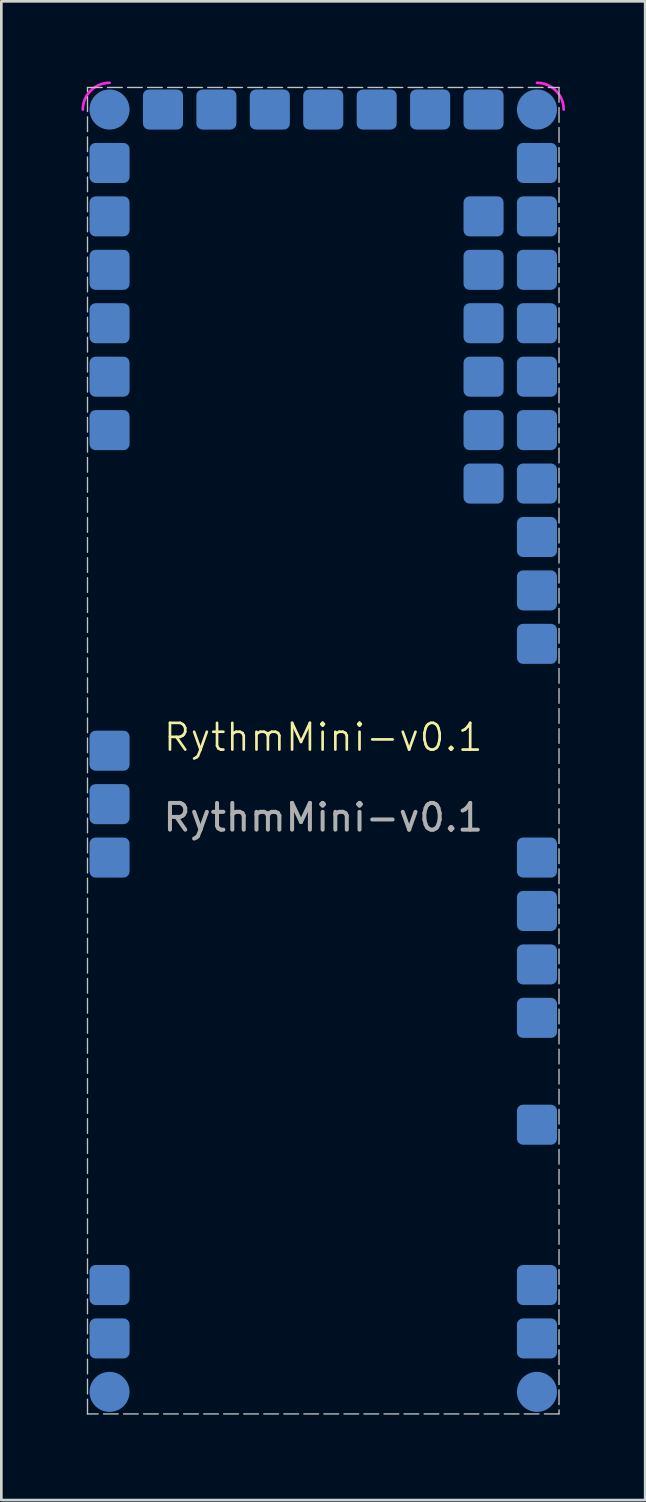
<source format=kicad_pcb>
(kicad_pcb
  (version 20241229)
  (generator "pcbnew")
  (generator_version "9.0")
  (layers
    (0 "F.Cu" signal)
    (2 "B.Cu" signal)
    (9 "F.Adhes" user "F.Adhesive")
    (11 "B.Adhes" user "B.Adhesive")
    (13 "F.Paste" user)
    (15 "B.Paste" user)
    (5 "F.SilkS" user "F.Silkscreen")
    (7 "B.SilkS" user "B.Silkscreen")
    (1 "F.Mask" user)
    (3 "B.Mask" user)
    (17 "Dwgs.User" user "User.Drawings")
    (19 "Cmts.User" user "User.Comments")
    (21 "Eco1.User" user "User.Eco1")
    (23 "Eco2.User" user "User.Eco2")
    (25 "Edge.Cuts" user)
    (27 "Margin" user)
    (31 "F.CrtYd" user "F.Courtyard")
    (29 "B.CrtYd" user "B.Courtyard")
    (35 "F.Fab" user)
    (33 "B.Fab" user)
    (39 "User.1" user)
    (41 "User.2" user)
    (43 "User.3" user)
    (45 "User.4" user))
  (footprint "RythmMini-v0.1"
    (layer "F.Cu")
    (at 9.05 25.05)
    (property "Reference" "RythmMini-v0.1" (at 0 -0.5 0) (unlocked yes) (layer "F.SilkS") (effects (font (size 1 1) (thickness 0.1))))
    (attr smd)
    (fp_rect (start -8.825 -24.825) (end 8.825 24.825) (stroke (width 0.05) (type dash)) (fill no) (layer "Dwgs.User"))
    (fp_line (start -9 -24) (end -9 24) (stroke (width 0.1) (type default)) (layer "Margin"))
    (fp_line (start -8 25) (end 8 25) (stroke (width 0.1) (type default)) (layer "Margin"))
    (fp_line (start 8 -25) (end -8 -25) (stroke (width 0.1) (type default)) (layer "Margin"))
    (fp_line (start 9 24) (end 9 -24) (stroke (width 0.1) (type default)) (layer "Margin"))
    (fp_arc (start -8 25) (mid -8.707107 24.707107) (end -9 24) (stroke (width 0.1) (type solid)) (layer "Margin"))
    (fp_arc (start 9 24) (mid 8.707107 24.707107) (end 8 25) (stroke (width 0.1) (type solid)) (layer "Margin"))
    (fp_arc (start -9 -24) (mid -8.707107 -24.707107) (end -8 -25) (stroke (width 0.1) (type solid)) (layer "F.CrtYd"))
    (fp_arc (start 8 -25) (mid 8.707107 -24.707107) (end 9 -24) (stroke (width 0.1) (type solid)) (layer "F.CrtYd"))
    (fp_text user "${REFERENCE}" (at 0 2.5 0) (unlocked yes) (layer "F.Fab") (effects (font (size 1 1) (thickness 0.15))))
    (pad "A1" smd circle (at -8 -24) (size 1.5 1.5) (layers "B.Cu" "B.Mask" "B.Paste"))
    (pad "A2" smd roundrect (at -6 -24) (size 1.5 1.5) (layers "B.Cu" "B.Mask" "B.Paste") (roundrect_rratio 0.15))
    (pad "A3" smd roundrect (at -4 -24) (size 1.5 1.5) (layers "B.Cu" "B.Mask" "B.Paste") (roundrect_rratio 0.15))
    (pad "A4" smd roundrect (at -2 -24) (size 1.5 1.5) (layers "B.Cu" "B.Mask" "B.Paste") (roundrect_rratio 0.15))
    (pad "A5" smd roundrect (at 0 -24) (size 1.5 1.5) (layers "B.Cu" "B.Mask" "B.Paste") (roundrect_rratio 0.15))
    (pad "A6" smd roundrect (at 2 -24) (size 1.5 1.5) (layers "B.Cu" "B.Mask" "B.Paste") (roundrect_rratio 0.15))
    (pad "A7" smd roundrect (at 4 -24) (size 1.5 1.5) (layers "B.Cu" "B.Mask" "B.Paste") (roundrect_rratio 0.15))
    (pad "A8" smd roundrect (at 6 -24) (size 1.5 1.5) (layers "B.Cu" "B.Mask" "B.Paste") (roundrect_rratio 0.15))
    (pad "A9" smd circle (at 8 -24) (size 1.5 1.5) (layers "B.Cu" "B.Mask" "B.Paste"))
    (pad "B9" smd roundrect (at 8 -22 90) (size 1.5 1.5) (layers "B.Cu" "B.Mask" "B.Paste") (roundrect_rratio 0.15))
    (pad "C8" smd roundrect (at 6 -20) (size 1.5 1.5) (layers "B.Cu" "B.Mask" "B.Paste") (roundrect_rratio 0.15))
    (pad "C9" smd roundrect (at 8 -20 90) (size 1.5 1.5) (layers "B.Cu" "B.Mask" "B.Paste") (roundrect_rratio 0.15))
    (pad "D1" smd roundrect (at -8 -18) (size 1.5 1.5) (layers "B.Cu" "B.Mask" "B.Paste") (roundrect_rratio 0.15))
    (pad "D8" smd roundrect (at 6 -18) (size 1.5 1.5) (layers "B.Cu" "B.Mask" "B.Paste") (roundrect_rratio 0.15))
    (pad "D9" smd roundrect (at 8 -18 90) (size 1.5 1.5) (layers "B.Cu" "B.Mask" "B.Paste") (roundrect_rratio 0.15))
    (pad "E1" smd roundrect (at -8 -16) (size 1.5 1.5) (layers "B.Cu" "B.Mask" "B.Paste") (roundrect_rratio 0.15))
    (pad "E8" smd roundrect (at 6 -16) (size 1.5 1.5) (layers "B.Cu" "B.Mask" "B.Paste") (roundrect_rratio 0.15))
    (pad "E9" smd roundrect (at 8 -16 90) (size 1.5 1.5) (layers "B.Cu" "B.Mask" "B.Paste") (roundrect_rratio 0.15))
    (pad "F1" smd roundrect (at -8 -14) (size 1.5 1.5) (layers "B.Cu" "B.Mask" "B.Paste") (roundrect_rratio 0.15))
    (pad "F8" smd roundrect (at 6 -14) (size 1.5 1.5) (layers "B.Cu" "B.Mask" "B.Paste") (roundrect_rratio 0.15))
    (pad "F9" smd roundrect (at 8 -14) (size 1.5 1.5) (layers "B.Cu" "B.Mask" "B.Paste") (roundrect_rratio 0.15))
    (pad "G1" smd roundrect (at -8 -12) (size 1.5 1.5) (layers "B.Cu" "B.Mask" "B.Paste") (roundrect_rratio 0.15))
    (pad "G8" smd roundrect (at 6 -12) (size 1.5 1.5) (layers "B.Cu" "B.Mask" "B.Paste") (roundrect_rratio 0.15))
    (pad "G9" smd roundrect (at 8 -12) (size 1.5 1.5) (layers "B.Cu" "B.Mask" "B.Paste") (roundrect_rratio 0.15))
    (pad "H8" smd roundrect (at 6 -10) (size 1.5 1.5) (layers "B.Cu" "B.Mask" "B.Paste") (roundrect_rratio 0.15))
    (pad "H9" smd roundrect (at 8 -10) (size 1.5 1.5) (layers "B.Cu" "B.Mask" "B.Paste") (roundrect_rratio 0.15))
    (pad "I9" smd roundrect (at 8 -8) (size 1.5 1.5) (layers "B.Cu" "B.Mask" "B.Paste") (roundrect_rratio 0.15))
    (pad "J9" smd roundrect (at 8 -6) (size 1.5 1.5) (layers "B.Cu" "B.Mask" "B.Paste") (roundrect_rratio 0.15))
    (pad "K9" smd roundrect (at 8 -4) (size 1.5 1.5) (layers "B.Cu" "B.Mask" "B.Paste") (roundrect_rratio 0.15))
    (pad "M1" smd roundrect (at -8 0) (size 1.5 1.5) (layers "B.Cu" "B.Mask" "B.Paste") (roundrect_rratio 0.15))
    (pad "MIDI_IN_SINK" smd roundrect (at 8 20) (size 1.5 1.5) (layers "B.Cu" "B.Mask" "B.Paste") (roundrect_rratio 0.15))
    (pad "MIDI_IN_SOURCE" smd roundrect (at 8 22) (size 1.5 1.5) (layers "B.Cu" "B.Mask" "B.Paste") (roundrect_rratio 0.15))
    (pad "MIDI_OUT_SINK" smd roundrect (at -8 20) (size 1.5 1.5) (layers "B.Cu" "B.Mask" "B.Paste") (roundrect_rratio 0.15))
    (pad "MIDI_OUT_SOURCE" smd roundrect (at -8 22) (size 1.5 1.5) (layers "B.Cu" "B.Mask" "B.Paste") (roundrect_rratio 0.15))
    (pad "N1" smd roundrect (at -8 2) (size 1.5 1.5) (layers "B.Cu" "B.Mask" "B.Paste") (roundrect_rratio 0.15))
    (pad "O1" smd roundrect (at -8 4) (size 1.5 1.5) (layers "B.Cu" "B.Mask" "B.Paste") (roundrect_rratio 0.15))
    (pad "O9" smd roundrect (at 8 4) (size 1.5 1.5) (layers "B.Cu" "B.Mask" "B.Paste") (roundrect_rratio 0.15))
    (pad "P9" smd roundrect (at 8 6) (size 1.5 1.5) (layers "B.Cu" "B.Mask" "B.Paste") (roundrect_rratio 0.15))
    (pad "Q9" smd roundrect (at 8 8) (size 1.5 1.5) (layers "B.Cu" "B.Mask" "B.Paste") (roundrect_rratio 0.15))
    (pad "R9" smd roundrect (at 8 10) (size 1.5 1.5) (layers "B.Cu" "B.Mask" "B.Paste") (roundrect_rratio 0.15))
    (pad "SCL" smd roundrect (at -8 -22 90) (size 1.5 1.5) (layers "B.Cu" "B.Mask" "B.Paste") (roundrect_rratio 0.15))
    (pad "SDA" smd roundrect (at -8 -20 90) (size 1.5 1.5) (layers "B.Cu" "B.Mask" "B.Paste") (roundrect_rratio 0.15))
    (pad "T9" smd roundrect (at 8 14) (size 1.5 1.5) (layers "B.Cu" "B.Mask" "B.Paste") (roundrect_rratio 0.15))
    (pad "Y1" smd circle (at -8 24) (size 1.5 1.5) (layers "B.Cu" "B.Mask" "B.Paste"))
    (pad "Y9" smd circle (at 8 24) (size 1.5 1.5) (layers "B.Cu" "B.Mask" "B.Paste")))
  (gr_rect
    (start -3 -3)
    (end 21.1 53.1)
    (stroke (width 0.1) (type default))
    (fill no)
    (layer "Edge.Cuts")))
</source>
